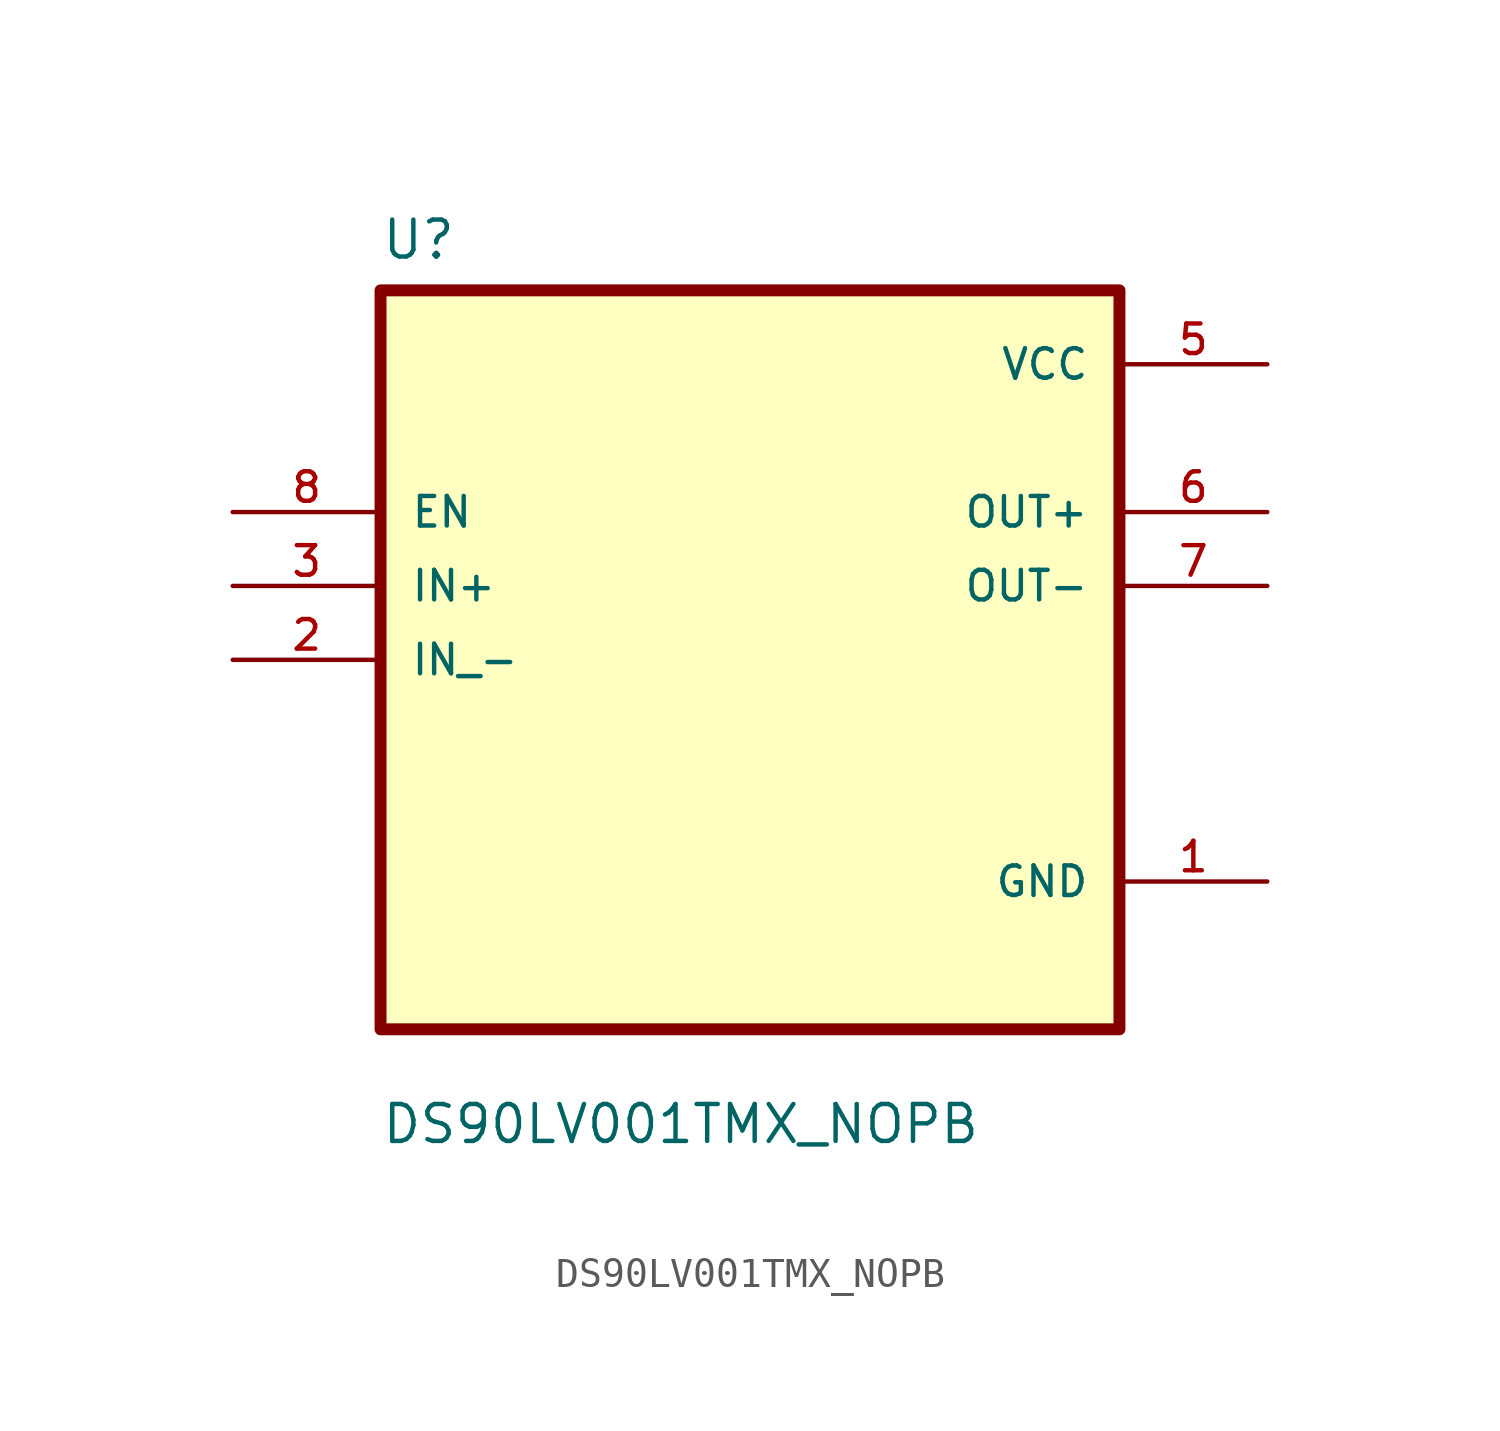
<source format=kicad_sym>
(kicad_symbol_lib
  (version 20211014)
  (generator kicad_symbol_editor)
  (symbol "DS90LV001TMX_NOPB"
    (pin_names
      (offset 1.016))
    (property "Reference" "U"
      (at -12.7 13.7 0.0)
      (effects (font (size 1.27 1.27)) (justify bottom left)))
    (property "Value" "DS90LV001TMX_NOPB"
      (at -12.7 -16.7 0.0)
      (effects (font (size 1.27 1.27)) (justify bottom left)))
    (symbol "DS90LV001TMX_NOPB_0_0"
      (rectangle (start -12.7 -12.7) (end 12.7 12.7) (stroke (width 0.41)) (fill (type background)))
      (pin input line (at -17.78 5.08 0) (length 5.08) (name "EN" (effects (font (size 1.016 1.016)))) (number "8" (effects (font (size 1.016 1.016)))))
      (pin input line (at -17.78 2.54 0) (length 5.08) (name "IN+" (effects (font (size 1.016 1.016)))) (number "3" (effects (font (size 1.016 1.016)))))
      (pin input line (at -17.78 -8.88178e-16 0) (length 5.08) (name "IN_-" (effects (font (size 1.016 1.016)))) (number "2" (effects (font (size 1.016 1.016)))))
      (pin power_in line (at 17.78 10.16 180.0) (length 5.08) (name "VCC" (effects (font (size 1.016 1.016)))) (number "5" (effects (font (size 1.016 1.016)))))
      (pin output line (at 17.78 5.08 180.0) (length 5.08) (name "OUT+" (effects (font (size 1.016 1.016)))) (number "6" (effects (font (size 1.016 1.016)))))
      (pin output line (at 17.78 2.54 180.0) (length 5.08) (name "OUT-" (effects (font (size 1.016 1.016)))) (number "7" (effects (font (size 1.016 1.016)))))
      (pin power_in line (at 17.78 -7.62 180.0) (length 5.08) (name "GND" (effects (font (size 1.016 1.016)))) (number "1" (effects (font (size 1.016 1.016))))))))
</source>
